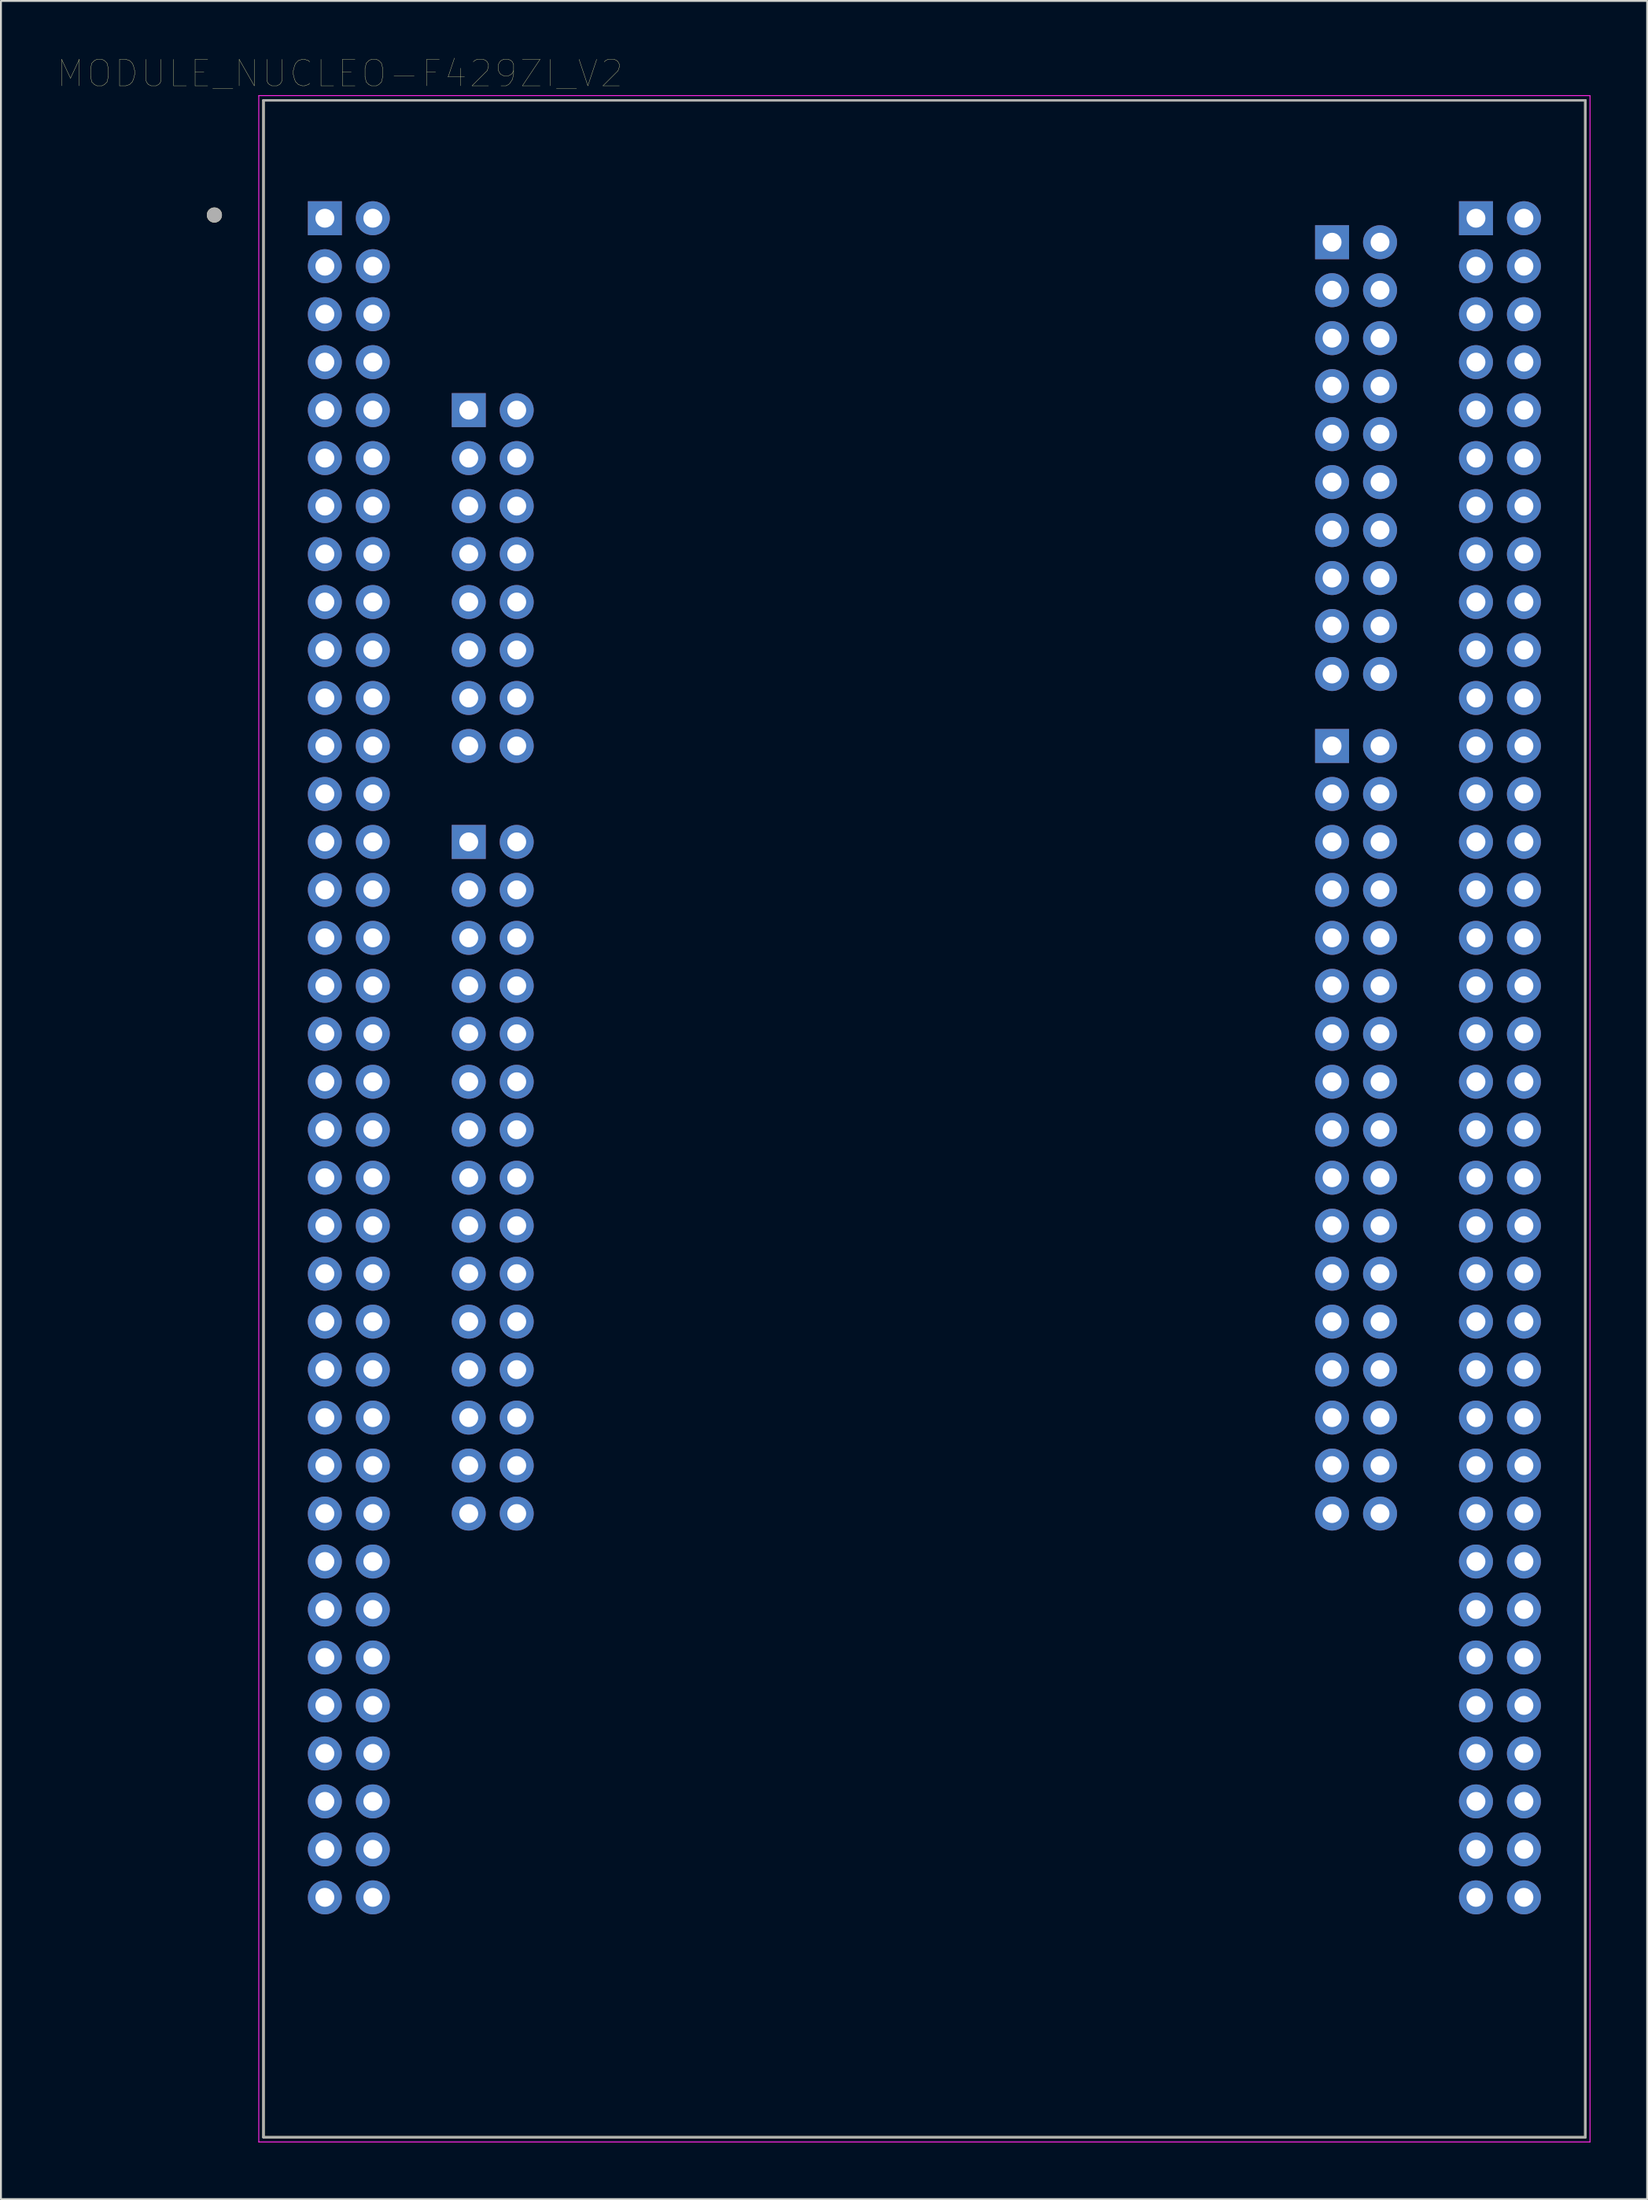
<source format=kicad_pcb>
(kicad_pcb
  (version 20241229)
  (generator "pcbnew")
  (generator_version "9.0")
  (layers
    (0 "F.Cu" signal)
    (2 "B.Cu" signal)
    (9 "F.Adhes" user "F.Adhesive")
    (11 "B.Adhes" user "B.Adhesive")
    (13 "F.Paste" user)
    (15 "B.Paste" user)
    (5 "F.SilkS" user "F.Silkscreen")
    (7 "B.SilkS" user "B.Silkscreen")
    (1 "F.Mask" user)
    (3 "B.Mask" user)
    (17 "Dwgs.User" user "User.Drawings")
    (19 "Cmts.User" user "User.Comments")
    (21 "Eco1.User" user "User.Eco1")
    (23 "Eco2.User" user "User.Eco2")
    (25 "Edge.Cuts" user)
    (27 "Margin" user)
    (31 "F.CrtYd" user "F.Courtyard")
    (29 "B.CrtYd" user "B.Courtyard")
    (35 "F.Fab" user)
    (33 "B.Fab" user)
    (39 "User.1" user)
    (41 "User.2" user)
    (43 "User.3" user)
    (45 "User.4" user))
  (footprint "MODULE_NUCLEO-F429ZI_V2"
    (layer "F.Cu")
    (at 45.904 53.594)
    (property "Reference" "MODULE_NUCLEO-F429ZI_V2" (at -30.955 -52.749 0) (layer "F.SilkS") (effects (font (size 1.4 1.4) (thickness 0.015))))
    (attr through_hole)
    (fp_line (start -35 -51.33) (end 35 -51.33) (stroke (width 0.127) (type solid)) (layer "F.SilkS"))
    (fp_line (start -35 56.51) (end -35 -51.33) (stroke (width 0.127) (type solid)) (layer "F.SilkS"))
    (fp_line (start 35 -51.33) (end 35 56.51) (stroke (width 0.127) (type solid)) (layer "F.SilkS"))
    (fp_line (start 35 56.51) (end -35 56.51) (stroke (width 0.127) (type solid)) (layer "F.SilkS"))
    (fp_circle (center -37.6 -45.26) (end -37.4 -45.26) (stroke (width 0.4) (type solid)) (fill no) (layer "F.SilkS"))
    (fp_line (start -35.25 -51.58) (end 35.25 -51.58) (stroke (width 0.05) (type solid)) (layer "F.CrtYd"))
    (fp_line (start -35.25 56.76) (end -35.25 -51.58) (stroke (width 0.05) (type solid)) (layer "F.CrtYd"))
    (fp_line (start 35.25 -51.58) (end 35.25 56.76) (stroke (width 0.05) (type solid)) (layer "F.CrtYd"))
    (fp_line (start 35.25 56.76) (end -35.25 56.76) (stroke (width 0.05) (type solid)) (layer "F.CrtYd"))
    (fp_line (start -35 -51.33) (end 35 -51.33) (stroke (width 0.127) (type solid)) (layer "F.Fab"))
    (fp_line (start -35 56.51) (end -35 -51.33) (stroke (width 0.127) (type solid)) (layer "F.Fab"))
    (fp_line (start 35 -51.33) (end 35 56.51) (stroke (width 0.127) (type solid)) (layer "F.Fab"))
    (fp_line (start 35 56.51) (end -35 56.51) (stroke (width 0.127) (type solid)) (layer "F.Fab"))
    (fp_circle (center -37.6 -45.26) (end -37.4 -45.26) (stroke (width 0.4) (type solid)) (fill no) (layer "F.Fab"))
    (pad "CN7_1" thru_hole rect (at 21.59 -43.82) (size 1.8 1.8) (drill 1) (layers "*.Cu" "*.Mask"))
    (pad "CN7_2" thru_hole circle (at 24.13 -43.82) (size 1.8 1.8) (drill 1) (layers "*.Cu" "*.Mask"))
    (pad "CN7_3" thru_hole circle (at 21.59 -41.28) (size 1.8 1.8) (drill 1) (layers "*.Cu" "*.Mask"))
    (pad "CN7_4" thru_hole circle (at 24.13 -41.28) (size 1.8 1.8) (drill 1) (layers "*.Cu" "*.Mask"))
    (pad "CN7_5" thru_hole circle (at 21.59 -38.74) (size 1.8 1.8) (drill 1) (layers "*.Cu" "*.Mask"))
    (pad "CN7_6" thru_hole circle (at 24.13 -38.74) (size 1.8 1.8) (drill 1) (layers "*.Cu" "*.Mask"))
    (pad "CN7_7" thru_hole circle (at 21.59 -36.2) (size 1.8 1.8) (drill 1) (layers "*.Cu" "*.Mask"))
    (pad "CN7_8" thru_hole circle (at 24.13 -36.2) (size 1.8 1.8) (drill 1) (layers "*.Cu" "*.Mask"))
    (pad "CN7_9" thru_hole circle (at 21.59 -33.66) (size 1.8 1.8) (drill 1) (layers "*.Cu" "*.Mask"))
    (pad "CN7_10" thru_hole circle (at 24.13 -33.66) (size 1.8 1.8) (drill 1) (layers "*.Cu" "*.Mask"))
    (pad "CN7_11" thru_hole circle (at 21.59 -31.12) (size 1.8 1.8) (drill 1) (layers "*.Cu" "*.Mask"))
    (pad "CN7_12" thru_hole circle (at 24.13 -31.12) (size 1.8 1.8) (drill 1) (layers "*.Cu" "*.Mask"))
    (pad "CN7_13" thru_hole circle (at 21.59 -28.58) (size 1.8 1.8) (drill 1) (layers "*.Cu" "*.Mask"))
    (pad "CN7_14" thru_hole circle (at 24.13 -28.58) (size 1.8 1.8) (drill 1) (layers "*.Cu" "*.Mask"))
    (pad "CN7_15" thru_hole circle (at 21.59 -26.04) (size 1.8 1.8) (drill 1) (layers "*.Cu" "*.Mask"))
    (pad "CN7_16" thru_hole circle (at 24.13 -26.04) (size 1.8 1.8) (drill 1) (layers "*.Cu" "*.Mask"))
    (pad "CN7_17" thru_hole circle (at 21.59 -23.5) (size 1.8 1.8) (drill 1) (layers "*.Cu" "*.Mask"))
    (pad "CN7_18" thru_hole circle (at 24.13 -23.5) (size 1.8 1.8) (drill 1) (layers "*.Cu" "*.Mask"))
    (pad "CN7_19" thru_hole circle (at 21.59 -20.96) (size 1.8 1.8) (drill 1) (layers "*.Cu" "*.Mask"))
    (pad "CN7_20" thru_hole circle (at 24.13 -20.96) (size 1.8 1.8) (drill 1) (layers "*.Cu" "*.Mask"))
    (pad "CN8_1" thru_hole rect (at -24.13 -34.93) (size 1.8 1.8) (drill 1) (layers "*.Cu" "*.Mask"))
    (pad "CN8_2" thru_hole circle (at -21.59 -34.93) (size 1.8 1.8) (drill 1) (layers "*.Cu" "*.Mask"))
    (pad "CN8_3" thru_hole circle (at -24.13 -32.39) (size 1.8 1.8) (drill 1) (layers "*.Cu" "*.Mask"))
    (pad "CN8_4" thru_hole circle (at -21.59 -32.39) (size 1.8 1.8) (drill 1) (layers "*.Cu" "*.Mask"))
    (pad "CN8_5" thru_hole circle (at -24.13 -29.85) (size 1.8 1.8) (drill 1) (layers "*.Cu" "*.Mask"))
    (pad "CN8_6" thru_hole circle (at -21.59 -29.85) (size 1.8 1.8) (drill 1) (layers "*.Cu" "*.Mask"))
    (pad "CN8_7" thru_hole circle (at -24.13 -27.31) (size 1.8 1.8) (drill 1) (layers "*.Cu" "*.Mask"))
    (pad "CN8_8" thru_hole circle (at -21.59 -27.31) (size 1.8 1.8) (drill 1) (layers "*.Cu" "*.Mask"))
    (pad "CN8_9" thru_hole circle (at -24.13 -24.77) (size 1.8 1.8) (drill 1) (layers "*.Cu" "*.Mask"))
    (pad "CN8_10" thru_hole circle (at -21.59 -24.77) (size 1.8 1.8) (drill 1) (layers "*.Cu" "*.Mask"))
    (pad "CN8_11" thru_hole circle (at -24.13 -22.23) (size 1.8 1.8) (drill 1) (layers "*.Cu" "*.Mask"))
    (pad "CN8_12" thru_hole circle (at -21.59 -22.23) (size 1.8 1.8) (drill 1) (layers "*.Cu" "*.Mask"))
    (pad "CN8_13" thru_hole circle (at -24.13 -19.69) (size 1.8 1.8) (drill 1) (layers "*.Cu" "*.Mask"))
    (pad "CN8_14" thru_hole circle (at -21.59 -19.69) (size 1.8 1.8) (drill 1) (layers "*.Cu" "*.Mask"))
    (pad "CN8_15" thru_hole circle (at -24.13 -17.15) (size 1.8 1.8) (drill 1) (layers "*.Cu" "*.Mask"))
    (pad "CN8_16" thru_hole circle (at -21.59 -17.15) (size 1.8 1.8) (drill 1) (layers "*.Cu" "*.Mask"))
    (pad "CN9_1" thru_hole rect (at -24.13 -12.07) (size 1.8 1.8) (drill 1) (layers "*.Cu" "*.Mask"))
    (pad "CN9_2" thru_hole circle (at -21.59 -12.07) (size 1.8 1.8) (drill 1) (layers "*.Cu" "*.Mask"))
    (pad "CN9_3" thru_hole circle (at -24.13 -9.53) (size 1.8 1.8) (drill 1) (layers "*.Cu" "*.Mask"))
    (pad "CN9_4" thru_hole circle (at -21.59 -9.53) (size 1.8 1.8) (drill 1) (layers "*.Cu" "*.Mask"))
    (pad "CN9_5" thru_hole circle (at -24.13 -6.99) (size 1.8 1.8) (drill 1) (layers "*.Cu" "*.Mask"))
    (pad "CN9_6" thru_hole circle (at -21.59 -6.99) (size 1.8 1.8) (drill 1) (layers "*.Cu" "*.Mask"))
    (pad "CN9_7" thru_hole circle (at -24.13 -4.45) (size 1.8 1.8) (drill 1) (layers "*.Cu" "*.Mask"))
    (pad "CN9_8" thru_hole circle (at -21.59 -4.45) (size 1.8 1.8) (drill 1) (layers "*.Cu" "*.Mask"))
    (pad "CN9_9" thru_hole circle (at -24.13 -1.91) (size 1.8 1.8) (drill 1) (layers "*.Cu" "*.Mask"))
    (pad "CN9_10" thru_hole circle (at -21.59 -1.91) (size 1.8 1.8) (drill 1) (layers "*.Cu" "*.Mask"))
    (pad "CN9_11" thru_hole circle (at -24.13 0.63) (size 1.8 1.8) (drill 1) (layers "*.Cu" "*.Mask"))
    (pad "CN9_12" thru_hole circle (at -21.59 0.63) (size 1.8 1.8) (drill 1) (layers "*.Cu" "*.Mask"))
    (pad "CN9_13" thru_hole circle (at -24.13 3.17) (size 1.8 1.8) (drill 1) (layers "*.Cu" "*.Mask"))
    (pad "CN9_14" thru_hole circle (at -21.59 3.17) (size 1.8 1.8) (drill 1) (layers "*.Cu" "*.Mask"))
    (pad "CN9_15" thru_hole circle (at -24.13 5.71) (size 1.8 1.8) (drill 1) (layers "*.Cu" "*.Mask"))
    (pad "CN9_16" thru_hole circle (at -21.59 5.71) (size 1.8 1.8) (drill 1) (layers "*.Cu" "*.Mask"))
    (pad "CN9_17" thru_hole circle (at -24.13 8.25) (size 1.8 1.8) (drill 1) (layers "*.Cu" "*.Mask"))
    (pad "CN9_18" thru_hole circle (at -21.59 8.25) (size 1.8 1.8) (drill 1) (layers "*.Cu" "*.Mask"))
    (pad "CN9_19" thru_hole circle (at -24.13 10.79) (size 1.8 1.8) (drill 1) (layers "*.Cu" "*.Mask"))
    (pad "CN9_20" thru_hole circle (at -21.59 10.79) (size 1.8 1.8) (drill 1) (layers "*.Cu" "*.Mask"))
    (pad "CN9_21" thru_hole circle (at -24.13 13.33) (size 1.8 1.8) (drill 1) (layers "*.Cu" "*.Mask"))
    (pad "CN9_22" thru_hole circle (at -21.59 13.33) (size 1.8 1.8) (drill 1) (layers "*.Cu" "*.Mask"))
    (pad "CN9_23" thru_hole circle (at -24.13 15.87) (size 1.8 1.8) (drill 1) (layers "*.Cu" "*.Mask"))
    (pad "CN9_24" thru_hole circle (at -21.59 15.87) (size 1.8 1.8) (drill 1) (layers "*.Cu" "*.Mask"))
    (pad "CN9_25" thru_hole circle (at -24.13 18.41) (size 1.8 1.8) (drill 1) (layers "*.Cu" "*.Mask"))
    (pad "CN9_26" thru_hole circle (at -21.59 18.41) (size 1.8 1.8) (drill 1) (layers "*.Cu" "*.Mask"))
    (pad "CN9_27" thru_hole circle (at -24.13 20.95) (size 1.8 1.8) (drill 1) (layers "*.Cu" "*.Mask"))
    (pad "CN9_28" thru_hole circle (at -21.59 20.95) (size 1.8 1.8) (drill 1) (layers "*.Cu" "*.Mask"))
    (pad "CN9_29" thru_hole circle (at -24.13 23.49) (size 1.8 1.8) (drill 1) (layers "*.Cu" "*.Mask"))
    (pad "CN9_30" thru_hole circle (at -21.59 23.49) (size 1.8 1.8) (drill 1) (layers "*.Cu" "*.Mask"))
    (pad "CN10_1" thru_hole rect (at 21.59 -17.15) (size 1.8 1.8) (drill 1) (layers "*.Cu" "*.Mask"))
    (pad "CN10_2" thru_hole circle (at 24.13 -17.15) (size 1.8 1.8) (drill 1) (layers "*.Cu" "*.Mask"))
    (pad "CN10_3" thru_hole circle (at 21.59 -14.61) (size 1.8 1.8) (drill 1) (layers "*.Cu" "*.Mask"))
    (pad "CN10_4" thru_hole circle (at 24.13 -14.61) (size 1.8 1.8) (drill 1) (layers "*.Cu" "*.Mask"))
    (pad "CN10_5" thru_hole circle (at 21.59 -12.07) (size 1.8 1.8) (drill 1) (layers "*.Cu" "*.Mask"))
    (pad "CN10_6" thru_hole circle (at 24.13 -12.07) (size 1.8 1.8) (drill 1) (layers "*.Cu" "*.Mask"))
    (pad "CN10_7" thru_hole circle (at 21.59 -9.53) (size 1.8 1.8) (drill 1) (layers "*.Cu" "*.Mask"))
    (pad "CN10_8" thru_hole circle (at 24.13 -9.53) (size 1.8 1.8) (drill 1) (layers "*.Cu" "*.Mask"))
    (pad "CN10_9" thru_hole circle (at 21.59 -6.99) (size 1.8 1.8) (drill 1) (layers "*.Cu" "*.Mask"))
    (pad "CN10_10" thru_hole circle (at 24.13 -6.99) (size 1.8 1.8) (drill 1) (layers "*.Cu" "*.Mask"))
    (pad "CN10_11" thru_hole circle (at 21.59 -4.45) (size 1.8 1.8) (drill 1) (layers "*.Cu" "*.Mask"))
    (pad "CN10_12" thru_hole circle (at 24.13 -4.45) (size 1.8 1.8) (drill 1) (layers "*.Cu" "*.Mask"))
    (pad "CN10_13" thru_hole circle (at 21.59 -1.91) (size 1.8 1.8) (drill 1) (layers "*.Cu" "*.Mask"))
    (pad "CN10_14" thru_hole circle (at 24.13 -1.91) (size 1.8 1.8) (drill 1) (layers "*.Cu" "*.Mask"))
    (pad "CN10_15" thru_hole circle (at 21.59 0.63) (size 1.8 1.8) (drill 1) (layers "*.Cu" "*.Mask"))
    (pad "CN10_16" thru_hole circle (at 24.13 0.63) (size 1.8 1.8) (drill 1) (layers "*.Cu" "*.Mask"))
    (pad "CN10_17" thru_hole circle (at 21.59 3.17) (size 1.8 1.8) (drill 1) (layers "*.Cu" "*.Mask"))
    (pad "CN10_18" thru_hole circle (at 24.13 3.17) (size 1.8 1.8) (drill 1) (layers "*.Cu" "*.Mask"))
    (pad "CN10_19" thru_hole circle (at 21.59 5.71) (size 1.8 1.8) (drill 1) (layers "*.Cu" "*.Mask"))
    (pad "CN10_20" thru_hole circle (at 24.13 5.71) (size 1.8 1.8) (drill 1) (layers "*.Cu" "*.Mask"))
    (pad "CN10_21" thru_hole circle (at 21.59 8.25) (size 1.8 1.8) (drill 1) (layers "*.Cu" "*.Mask"))
    (pad "CN10_22" thru_hole circle (at 24.13 8.25) (size 1.8 1.8) (drill 1) (layers "*.Cu" "*.Mask"))
    (pad "CN10_23" thru_hole circle (at 21.59 10.79) (size 1.8 1.8) (drill 1) (layers "*.Cu" "*.Mask"))
    (pad "CN10_24" thru_hole circle (at 24.13 10.79) (size 1.8 1.8) (drill 1) (layers "*.Cu" "*.Mask"))
    (pad "CN10_25" thru_hole circle (at 21.59 13.33) (size 1.8 1.8) (drill 1) (layers "*.Cu" "*.Mask"))
    (pad "CN10_26" thru_hole circle (at 24.13 13.33) (size 1.8 1.8) (drill 1) (layers "*.Cu" "*.Mask"))
    (pad "CN10_27" thru_hole circle (at 21.59 15.87) (size 1.8 1.8) (drill 1) (layers "*.Cu" "*.Mask"))
    (pad "CN10_28" thru_hole circle (at 24.13 15.87) (size 1.8 1.8) (drill 1) (layers "*.Cu" "*.Mask"))
    (pad "CN10_29" thru_hole circle (at 21.59 18.41) (size 1.8 1.8) (drill 1) (layers "*.Cu" "*.Mask"))
    (pad "CN10_30" thru_hole circle (at 24.13 18.41) (size 1.8 1.8) (drill 1) (layers "*.Cu" "*.Mask"))
    (pad "CN10_31" thru_hole circle (at 21.59 20.95) (size 1.8 1.8) (drill 1) (layers "*.Cu" "*.Mask"))
    (pad "CN10_32" thru_hole circle (at 24.13 20.95) (size 1.8 1.8) (drill 1) (layers "*.Cu" "*.Mask"))
    (pad "CN10_33" thru_hole circle (at 21.59 23.49) (size 1.8 1.8) (drill 1) (layers "*.Cu" "*.Mask"))
    (pad "CN10_34" thru_hole circle (at 24.13 23.49) (size 1.8 1.8) (drill 1) (layers "*.Cu" "*.Mask"))
    (pad "CN11_1" thru_hole rect (at -31.75 -45.09) (size 1.8 1.8) (drill 1) (layers "*.Cu" "*.Mask"))
    (pad "CN11_2" thru_hole circle (at -29.21 -45.09) (size 1.8 1.8) (drill 1) (layers "*.Cu" "*.Mask"))
    (pad "CN11_3" thru_hole circle (at -31.75 -42.55) (size 1.8 1.8) (drill 1) (layers "*.Cu" "*.Mask"))
    (pad "CN11_4" thru_hole circle (at -29.21 -42.55) (size 1.8 1.8) (drill 1) (layers "*.Cu" "*.Mask"))
    (pad "CN11_5" thru_hole circle (at -31.75 -40.01) (size 1.8 1.8) (drill 1) (layers "*.Cu" "*.Mask"))
    (pad "CN11_6" thru_hole circle (at -29.21 -40.01) (size 1.8 1.8) (drill 1) (layers "*.Cu" "*.Mask"))
    (pad "CN11_7" thru_hole circle (at -31.75 -37.47) (size 1.8 1.8) (drill 1) (layers "*.Cu" "*.Mask"))
    (pad "CN11_8" thru_hole circle (at -29.21 -37.47) (size 1.8 1.8) (drill 1) (layers "*.Cu" "*.Mask"))
    (pad "CN11_9" thru_hole circle (at -31.75 -34.93) (size 1.8 1.8) (drill 1) (layers "*.Cu" "*.Mask"))
    (pad "CN11_10" thru_hole circle (at -29.21 -34.93) (size 1.8 1.8) (drill 1) (layers "*.Cu" "*.Mask"))
    (pad "CN11_11" thru_hole circle (at -31.75 -32.39) (size 1.8 1.8) (drill 1) (layers "*.Cu" "*.Mask"))
    (pad "CN11_12" thru_hole circle (at -29.21 -32.39) (size 1.8 1.8) (drill 1) (layers "*.Cu" "*.Mask"))
    (pad "CN11_13" thru_hole circle (at -31.75 -29.85) (size 1.8 1.8) (drill 1) (layers "*.Cu" "*.Mask"))
    (pad "CN11_14" thru_hole circle (at -29.21 -29.85) (size 1.8 1.8) (drill 1) (layers "*.Cu" "*.Mask"))
    (pad "CN11_15" thru_hole circle (at -31.75 -27.31) (size 1.8 1.8) (drill 1) (layers "*.Cu" "*.Mask"))
    (pad "CN11_16" thru_hole circle (at -29.21 -27.31) (size 1.8 1.8) (drill 1) (layers "*.Cu" "*.Mask"))
    (pad "CN11_17" thru_hole circle (at -31.75 -24.77) (size 1.8 1.8) (drill 1) (layers "*.Cu" "*.Mask"))
    (pad "CN11_18" thru_hole circle (at -29.21 -24.77) (size 1.8 1.8) (drill 1) (layers "*.Cu" "*.Mask"))
    (pad "CN11_19" thru_hole circle (at -31.75 -22.23) (size 1.8 1.8) (drill 1) (layers "*.Cu" "*.Mask"))
    (pad "CN11_20" thru_hole circle (at -29.21 -22.23) (size 1.8 1.8) (drill 1) (layers "*.Cu" "*.Mask"))
    (pad "CN11_21" thru_hole circle (at -31.75 -19.69) (size 1.8 1.8) (drill 1) (layers "*.Cu" "*.Mask"))
    (pad "CN11_22" thru_hole circle (at -29.21 -19.69) (size 1.8 1.8) (drill 1) (layers "*.Cu" "*.Mask"))
    (pad "CN11_23" thru_hole circle (at -31.75 -17.15) (size 1.8 1.8) (drill 1) (layers "*.Cu" "*.Mask"))
    (pad "CN11_24" thru_hole circle (at -29.21 -17.15) (size 1.8 1.8) (drill 1) (layers "*.Cu" "*.Mask"))
    (pad "CN11_25" thru_hole circle (at -31.75 -14.61) (size 1.8 1.8) (drill 1) (layers "*.Cu" "*.Mask"))
    (pad "CN11_26" thru_hole circle (at -29.21 -14.61) (size 1.8 1.8) (drill 1) (layers "*.Cu" "*.Mask"))
    (pad "CN11_27" thru_hole circle (at -31.75 -12.07) (size 1.8 1.8) (drill 1) (layers "*.Cu" "*.Mask"))
    (pad "CN11_28" thru_hole circle (at -29.21 -12.07) (size 1.8 1.8) (drill 1) (layers "*.Cu" "*.Mask"))
    (pad "CN11_29" thru_hole circle (at -31.75 -9.53) (size 1.8 1.8) (drill 1) (layers "*.Cu" "*.Mask"))
    (pad "CN11_30" thru_hole circle (at -29.21 -9.53) (size 1.8 1.8) (drill 1) (layers "*.Cu" "*.Mask"))
    (pad "CN11_31" thru_hole circle (at -31.75 -6.99) (size 1.8 1.8) (drill 1) (layers "*.Cu" "*.Mask"))
    (pad "CN11_32" thru_hole circle (at -29.21 -6.99) (size 1.8 1.8) (drill 1) (layers "*.Cu" "*.Mask"))
    (pad "CN11_33" thru_hole circle (at -31.75 -4.45) (size 1.8 1.8) (drill 1) (layers "*.Cu" "*.Mask"))
    (pad "CN11_34" thru_hole circle (at -29.21 -4.45) (size 1.8 1.8) (drill 1) (layers "*.Cu" "*.Mask"))
    (pad "CN11_35" thru_hole circle (at -31.75 -1.91) (size 1.8 1.8) (drill 1) (layers "*.Cu" "*.Mask"))
    (pad "CN11_36" thru_hole circle (at -29.21 -1.91) (size 1.8 1.8) (drill 1) (layers "*.Cu" "*.Mask"))
    (pad "CN11_37" thru_hole circle (at -31.75 0.63) (size 1.8 1.8) (drill 1) (layers "*.Cu" "*.Mask"))
    (pad "CN11_38" thru_hole circle (at -29.21 0.63) (size 1.8 1.8) (drill 1) (layers "*.Cu" "*.Mask"))
    (pad "CN11_39" thru_hole circle (at -31.75 3.17) (size 1.8 1.8) (drill 1) (layers "*.Cu" "*.Mask"))
    (pad "CN11_40" thru_hole circle (at -29.21 3.17) (size 1.8 1.8) (drill 1) (layers "*.Cu" "*.Mask"))
    (pad "CN11_41" thru_hole circle (at -31.75 5.71) (size 1.8 1.8) (drill 1) (layers "*.Cu" "*.Mask"))
    (pad "CN11_42" thru_hole circle (at -29.21 5.71) (size 1.8 1.8) (drill 1) (layers "*.Cu" "*.Mask"))
    (pad "CN11_43" thru_hole circle (at -31.75 8.25) (size 1.8 1.8) (drill 1) (layers "*.Cu" "*.Mask"))
    (pad "CN11_44" thru_hole circle (at -29.21 8.25) (size 1.8 1.8) (drill 1) (layers "*.Cu" "*.Mask"))
    (pad "CN11_45" thru_hole circle (at -31.75 10.79) (size 1.8 1.8) (drill 1) (layers "*.Cu" "*.Mask"))
    (pad "CN11_46" thru_hole circle (at -29.21 10.79) (size 1.8 1.8) (drill 1) (layers "*.Cu" "*.Mask"))
    (pad "CN11_47" thru_hole circle (at -31.75 13.33) (size 1.8 1.8) (drill 1) (layers "*.Cu" "*.Mask"))
    (pad "CN11_48" thru_hole circle (at -29.21 13.33) (size 1.8 1.8) (drill 1) (layers "*.Cu" "*.Mask"))
    (pad "CN11_49" thru_hole circle (at -31.75 15.87) (size 1.8 1.8) (drill 1) (layers "*.Cu" "*.Mask"))
    (pad "CN11_50" thru_hole circle (at -29.21 15.87) (size 1.8 1.8) (drill 1) (layers "*.Cu" "*.Mask"))
    (pad "CN11_51" thru_hole circle (at -31.75 18.41) (size 1.8 1.8) (drill 1) (layers "*.Cu" "*.Mask"))
    (pad "CN11_52" thru_hole circle (at -29.21 18.41) (size 1.8 1.8) (drill 1) (layers "*.Cu" "*.Mask"))
    (pad "CN11_53" thru_hole circle (at -31.75 20.95) (size 1.8 1.8) (drill 1) (layers "*.Cu" "*.Mask"))
    (pad "CN11_54" thru_hole circle (at -29.21 20.95) (size 1.8 1.8) (drill 1) (layers "*.Cu" "*.Mask"))
    (pad "CN11_55" thru_hole circle (at -31.75 23.49) (size 1.8 1.8) (drill 1) (layers "*.Cu" "*.Mask"))
    (pad "CN11_56" thru_hole circle (at -29.21 23.49) (size 1.8 1.8) (drill 1) (layers "*.Cu" "*.Mask"))
    (pad "CN11_57" thru_hole circle (at -31.75 26.03) (size 1.8 1.8) (drill 1) (layers "*.Cu" "*.Mask"))
    (pad "CN11_58" thru_hole circle (at -29.21 26.03) (size 1.8 1.8) (drill 1) (layers "*.Cu" "*.Mask"))
    (pad "CN11_59" thru_hole circle (at -31.75 28.57) (size 1.8 1.8) (drill 1) (layers "*.Cu" "*.Mask"))
    (pad "CN11_60" thru_hole circle (at -29.21 28.57) (size 1.8 1.8) (drill 1) (layers "*.Cu" "*.Mask"))
    (pad "CN11_61" thru_hole circle (at -31.75 31.11) (size 1.8 1.8) (drill 1) (layers "*.Cu" "*.Mask"))
    (pad "CN11_62" thru_hole circle (at -29.21 31.11) (size 1.8 1.8) (drill 1) (layers "*.Cu" "*.Mask"))
    (pad "CN11_63" thru_hole circle (at -31.75 33.65) (size 1.8 1.8) (drill 1) (layers "*.Cu" "*.Mask"))
    (pad "CN11_64" thru_hole circle (at -29.21 33.65) (size 1.8 1.8) (drill 1) (layers "*.Cu" "*.Mask"))
    (pad "CN11_65" thru_hole circle (at -31.75 36.19) (size 1.8 1.8) (drill 1) (layers "*.Cu" "*.Mask"))
    (pad "CN11_66" thru_hole circle (at -29.21 36.19) (size 1.8 1.8) (drill 1) (layers "*.Cu" "*.Mask"))
    (pad "CN11_67" thru_hole circle (at -31.75 38.73) (size 1.8 1.8) (drill 1) (layers "*.Cu" "*.Mask"))
    (pad "CN11_68" thru_hole circle (at -29.21 38.73) (size 1.8 1.8) (drill 1) (layers "*.Cu" "*.Mask"))
    (pad "CN11_69" thru_hole circle (at -31.75 41.27) (size 1.8 1.8) (drill 1) (layers "*.Cu" "*.Mask"))
    (pad "CN11_70" thru_hole circle (at -29.21 41.27) (size 1.8 1.8) (drill 1) (layers "*.Cu" "*.Mask"))
    (pad "CN11_71" thru_hole circle (at -31.75 43.81) (size 1.8 1.8) (drill 1) (layers "*.Cu" "*.Mask"))
    (pad "CN11_72" thru_hole circle (at -29.21 43.81) (size 1.8 1.8) (drill 1) (layers "*.Cu" "*.Mask"))
    (pad "CN12_1" thru_hole rect (at 29.21 -45.09) (size 1.8 1.8) (drill 1) (layers "*.Cu" "*.Mask"))
    (pad "CN12_2" thru_hole circle (at 31.75 -45.09) (size 1.8 1.8) (drill 1) (layers "*.Cu" "*.Mask"))
    (pad "CN12_3" thru_hole circle (at 29.21 -42.55) (size 1.8 1.8) (drill 1) (layers "*.Cu" "*.Mask"))
    (pad "CN12_4" thru_hole circle (at 31.75 -42.55) (size 1.8 1.8) (drill 1) (layers "*.Cu" "*.Mask"))
    (pad "CN12_5" thru_hole circle (at 29.21 -40.01) (size 1.8 1.8) (drill 1) (layers "*.Cu" "*.Mask"))
    (pad "CN12_6" thru_hole circle (at 31.75 -40.01) (size 1.8 1.8) (drill 1) (layers "*.Cu" "*.Mask"))
    (pad "CN12_7" thru_hole circle (at 29.21 -37.47) (size 1.8 1.8) (drill 1) (layers "*.Cu" "*.Mask"))
    (pad "CN12_8" thru_hole circle (at 31.75 -37.47) (size 1.8 1.8) (drill 1) (layers "*.Cu" "*.Mask"))
    (pad "CN12_9" thru_hole circle (at 29.21 -34.93) (size 1.8 1.8) (drill 1) (layers "*.Cu" "*.Mask"))
    (pad "CN12_10" thru_hole circle (at 31.75 -34.93) (size 1.8 1.8) (drill 1) (layers "*.Cu" "*.Mask"))
    (pad "CN12_11" thru_hole circle (at 29.21 -32.39) (size 1.8 1.8) (drill 1) (layers "*.Cu" "*.Mask"))
    (pad "CN12_12" thru_hole circle (at 31.75 -32.39) (size 1.8 1.8) (drill 1) (layers "*.Cu" "*.Mask"))
    (pad "CN12_13" thru_hole circle (at 29.21 -29.85) (size 1.8 1.8) (drill 1) (layers "*.Cu" "*.Mask"))
    (pad "CN12_14" thru_hole circle (at 31.75 -29.85) (size 1.8 1.8) (drill 1) (layers "*.Cu" "*.Mask"))
    (pad "CN12_15" thru_hole circle (at 29.21 -27.31) (size 1.8 1.8) (drill 1) (layers "*.Cu" "*.Mask"))
    (pad "CN12_16" thru_hole circle (at 31.75 -27.31) (size 1.8 1.8) (drill 1) (layers "*.Cu" "*.Mask"))
    (pad "CN12_17" thru_hole circle (at 29.21 -24.77) (size 1.8 1.8) (drill 1) (layers "*.Cu" "*.Mask"))
    (pad "CN12_18" thru_hole circle (at 31.75 -24.77) (size 1.8 1.8) (drill 1) (layers "*.Cu" "*.Mask"))
    (pad "CN12_19" thru_hole circle (at 29.21 -22.23) (size 1.8 1.8) (drill 1) (layers "*.Cu" "*.Mask"))
    (pad "CN12_20" thru_hole circle (at 31.75 -22.23) (size 1.8 1.8) (drill 1) (layers "*.Cu" "*.Mask"))
    (pad "CN12_21" thru_hole circle (at 29.21 -19.69) (size 1.8 1.8) (drill 1) (layers "*.Cu" "*.Mask"))
    (pad "CN12_22" thru_hole circle (at 31.75 -19.69) (size 1.8 1.8) (drill 1) (layers "*.Cu" "*.Mask"))
    (pad "CN12_23" thru_hole circle (at 29.21 -17.15) (size 1.8 1.8) (drill 1) (layers "*.Cu" "*.Mask"))
    (pad "CN12_24" thru_hole circle (at 31.75 -17.15) (size 1.8 1.8) (drill 1) (layers "*.Cu" "*.Mask"))
    (pad "CN12_25" thru_hole circle (at 29.21 -14.61) (size 1.8 1.8) (drill 1) (layers "*.Cu" "*.Mask"))
    (pad "CN12_26" thru_hole circle (at 31.75 -14.61) (size 1.8 1.8) (drill 1) (layers "*.Cu" "*.Mask"))
    (pad "CN12_27" thru_hole circle (at 29.21 -12.07) (size 1.8 1.8) (drill 1) (layers "*.Cu" "*.Mask"))
    (pad "CN12_28" thru_hole circle (at 31.75 -12.07) (size 1.8 1.8) (drill 1) (layers "*.Cu" "*.Mask"))
    (pad "CN12_29" thru_hole circle (at 29.21 -9.53) (size 1.8 1.8) (drill 1) (layers "*.Cu" "*.Mask"))
    (pad "CN12_30" thru_hole circle (at 31.75 -9.53) (size 1.8 1.8) (drill 1) (layers "*.Cu" "*.Mask"))
    (pad "CN12_31" thru_hole circle (at 29.21 -6.99) (size 1.8 1.8) (drill 1) (layers "*.Cu" "*.Mask"))
    (pad "CN12_32" thru_hole circle (at 31.75 -6.99) (size 1.8 1.8) (drill 1) (layers "*.Cu" "*.Mask"))
    (pad "CN12_33" thru_hole circle (at 29.21 -4.45) (size 1.8 1.8) (drill 1) (layers "*.Cu" "*.Mask"))
    (pad "CN12_34" thru_hole circle (at 31.75 -4.45) (size 1.8 1.8) (drill 1) (layers "*.Cu" "*.Mask"))
    (pad "CN12_35" thru_hole circle (at 29.21 -1.91) (size 1.8 1.8) (drill 1) (layers "*.Cu" "*.Mask"))
    (pad "CN12_36" thru_hole circle (at 31.75 -1.91) (size 1.8 1.8) (drill 1) (layers "*.Cu" "*.Mask"))
    (pad "CN12_37" thru_hole circle (at 29.21 0.63) (size 1.8 1.8) (drill 1) (layers "*.Cu" "*.Mask"))
    (pad "CN12_38" thru_hole circle (at 31.75 0.63) (size 1.8 1.8) (drill 1) (layers "*.Cu" "*.Mask"))
    (pad "CN12_39" thru_hole circle (at 29.21 3.17) (size 1.8 1.8) (drill 1) (layers "*.Cu" "*.Mask"))
    (pad "CN12_40" thru_hole circle (at 31.75 3.17) (size 1.8 1.8) (drill 1) (layers "*.Cu" "*.Mask"))
    (pad "CN12_41" thru_hole circle (at 29.21 5.71) (size 1.8 1.8) (drill 1) (layers "*.Cu" "*.Mask"))
    (pad "CN12_42" thru_hole circle (at 31.75 5.71) (size 1.8 1.8) (drill 1) (layers "*.Cu" "*.Mask"))
    (pad "CN12_43" thru_hole circle (at 29.21 8.25) (size 1.8 1.8) (drill 1) (layers "*.Cu" "*.Mask"))
    (pad "CN12_44" thru_hole circle (at 31.75 8.25) (size 1.8 1.8) (drill 1) (layers "*.Cu" "*.Mask"))
    (pad "CN12_45" thru_hole circle (at 29.21 10.79) (size 1.8 1.8) (drill 1) (layers "*.Cu" "*.Mask"))
    (pad "CN12_46" thru_hole circle (at 31.75 10.79) (size 1.8 1.8) (drill 1) (layers "*.Cu" "*.Mask"))
    (pad "CN12_47" thru_hole circle (at 29.21 13.33) (size 1.8 1.8) (drill 1) (layers "*.Cu" "*.Mask"))
    (pad "CN12_48" thru_hole circle (at 31.75 13.33) (size 1.8 1.8) (drill 1) (layers "*.Cu" "*.Mask"))
    (pad "CN12_49" thru_hole circle (at 29.21 15.87) (size 1.8 1.8) (drill 1) (layers "*.Cu" "*.Mask"))
    (pad "CN12_50" thru_hole circle (at 31.75 15.87) (size 1.8 1.8) (drill 1) (layers "*.Cu" "*.Mask"))
    (pad "CN12_51" thru_hole circle (at 29.21 18.41) (size 1.8 1.8) (drill 1) (layers "*.Cu" "*.Mask"))
    (pad "CN12_52" thru_hole circle (at 31.75 18.41) (size 1.8 1.8) (drill 1) (layers "*.Cu" "*.Mask"))
    (pad "CN12_53" thru_hole circle (at 29.21 20.95) (size 1.8 1.8) (drill 1) (layers "*.Cu" "*.Mask"))
    (pad "CN12_54" thru_hole circle (at 31.75 20.95) (size 1.8 1.8) (drill 1) (layers "*.Cu" "*.Mask"))
    (pad "CN12_55" thru_hole circle (at 29.21 23.49) (size 1.8 1.8) (drill 1) (layers "*.Cu" "*.Mask"))
    (pad "CN12_56" thru_hole circle (at 31.75 23.49) (size 1.8 1.8) (drill 1) (layers "*.Cu" "*.Mask"))
    (pad "CN12_57" thru_hole circle (at 29.21 26.03) (size 1.8 1.8) (drill 1) (layers "*.Cu" "*.Mask"))
    (pad "CN12_58" thru_hole circle (at 31.75 26.03) (size 1.8 1.8) (drill 1) (layers "*.Cu" "*.Mask"))
    (pad "CN12_59" thru_hole circle (at 29.21 28.57) (size 1.8 1.8) (drill 1) (layers "*.Cu" "*.Mask"))
    (pad "CN12_60" thru_hole circle (at 31.75 28.57) (size 1.8 1.8) (drill 1) (layers "*.Cu" "*.Mask"))
    (pad "CN12_61" thru_hole circle (at 29.21 31.11) (size 1.8 1.8) (drill 1) (layers "*.Cu" "*.Mask"))
    (pad "CN12_62" thru_hole circle (at 31.75 31.11) (size 1.8 1.8) (drill 1) (layers "*.Cu" "*.Mask"))
    (pad "CN12_63" thru_hole circle (at 29.21 33.65) (size 1.8 1.8) (drill 1) (layers "*.Cu" "*.Mask"))
    (pad "CN12_64" thru_hole circle (at 31.75 33.65) (size 1.8 1.8) (drill 1) (layers "*.Cu" "*.Mask"))
    (pad "CN12_65" thru_hole circle (at 29.21 36.19) (size 1.8 1.8) (drill 1) (layers "*.Cu" "*.Mask"))
    (pad "CN12_66" thru_hole circle (at 31.75 36.19) (size 1.8 1.8) (drill 1) (layers "*.Cu" "*.Mask"))
    (pad "CN12_67" thru_hole circle (at 29.21 38.73) (size 1.8 1.8) (drill 1) (layers "*.Cu" "*.Mask"))
    (pad "CN12_68" thru_hole circle (at 31.75 38.73) (size 1.8 1.8) (drill 1) (layers "*.Cu" "*.Mask"))
    (pad "CN12_69" thru_hole circle (at 29.21 41.27) (size 1.8 1.8) (drill 1) (layers "*.Cu" "*.Mask"))
    (pad "CN12_70" thru_hole circle (at 31.75 41.27) (size 1.8 1.8) (drill 1) (layers "*.Cu" "*.Mask"))
    (pad "CN12_71" thru_hole circle (at 29.21 43.81) (size 1.8 1.8) (drill 1) (layers "*.Cu" "*.Mask"))
    (pad "CN12_72" thru_hole circle (at 31.75 43.81) (size 1.8 1.8) (drill 1) (layers "*.Cu" "*.Mask")))
  (gr_rect
    (start -3 -3)
    (end 84.179 113.379)
    (stroke (width 0.1) (type default))
    (fill no)
    (layer "Edge.Cuts")))
</source>
